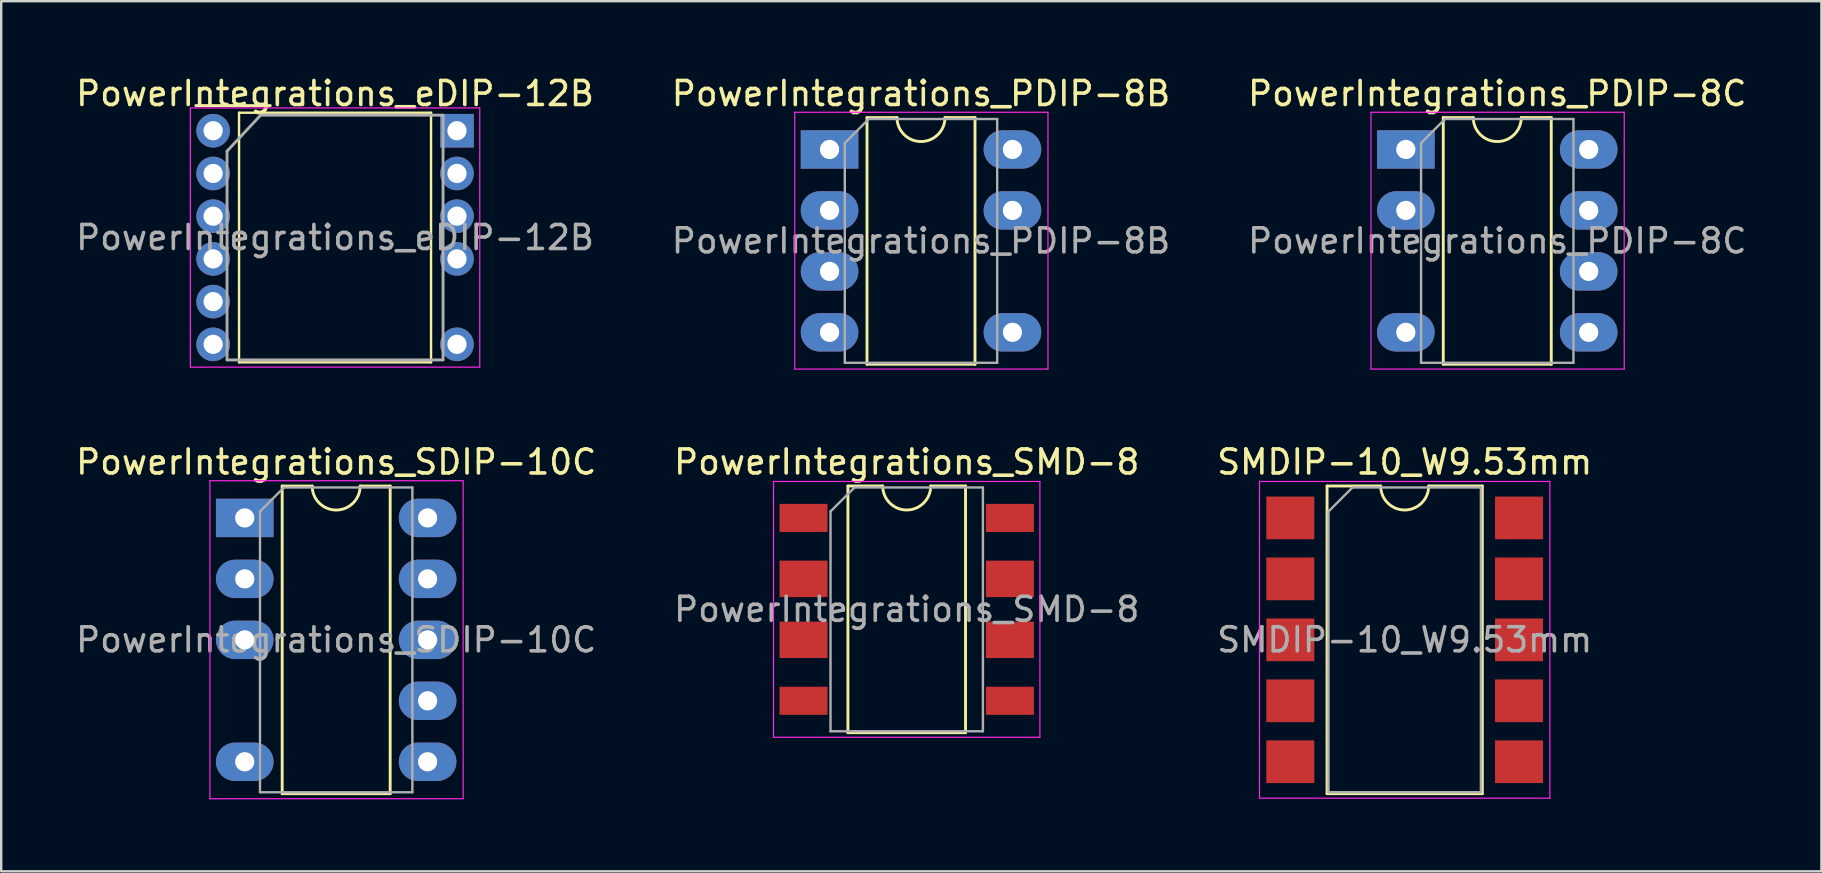
<source format=kicad_pcb>
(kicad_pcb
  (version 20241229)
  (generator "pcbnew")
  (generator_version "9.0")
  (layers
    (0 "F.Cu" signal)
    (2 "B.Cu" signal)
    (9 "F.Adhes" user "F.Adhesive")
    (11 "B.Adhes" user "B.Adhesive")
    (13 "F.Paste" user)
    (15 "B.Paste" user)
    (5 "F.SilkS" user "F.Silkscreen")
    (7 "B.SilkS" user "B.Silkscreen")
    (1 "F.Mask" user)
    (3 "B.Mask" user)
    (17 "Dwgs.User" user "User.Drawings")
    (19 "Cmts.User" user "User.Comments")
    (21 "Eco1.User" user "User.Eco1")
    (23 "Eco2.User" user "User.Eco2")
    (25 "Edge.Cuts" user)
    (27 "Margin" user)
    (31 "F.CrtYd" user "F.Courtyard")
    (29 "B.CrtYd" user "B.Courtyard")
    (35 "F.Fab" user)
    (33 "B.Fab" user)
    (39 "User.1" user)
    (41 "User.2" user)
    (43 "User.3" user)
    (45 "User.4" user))
  (footprint "PowerIntegrations_eDIP-12B"
    (layer "F.Cu")
    (at 15.991 2.398)
    (property "Reference" "PowerIntegrations_eDIP-12B" (at -5.08 -1.55 0) (layer "F.SilkS") (effects (font (size 1 1) (thickness 0.15))))
    (attr through_hole)
    (fp_line (start -10.88 -1.05) (end -7.78 -1.05) (stroke (width 0.12) (type solid)) (layer "F.SilkS"))
    (fp_line (start -9.08 -0.75) (end -9.08 9.65) (stroke (width 0.1) (type solid)) (layer "F.SilkS"))
    (fp_line (start -9.08 9.65) (end -1.08 9.65) (stroke (width 0.1) (type solid)) (layer "F.SilkS"))
    (fp_line (start -1.08 -0.75) (end -9.08 -0.75) (stroke (width 0.1) (type solid)) (layer "F.SilkS"))
    (fp_line (start -1.08 9.65) (end -1.08 -0.75) (stroke (width 0.1) (type solid)) (layer "F.SilkS"))
    (fp_line (start -11.11 -0.95) (end -11.11 9.85) (stroke (width 0.05) (type solid)) (layer "F.CrtYd"))
    (fp_line (start -11.11 -0.95) (end 0.95 -0.95) (stroke (width 0.05) (type solid)) (layer "F.CrtYd"))
    (fp_line (start 0.95 9.85) (end -11.11 9.85) (stroke (width 0.05) (type solid)) (layer "F.CrtYd"))
    (fp_line (start 0.95 9.85) (end 0.95 -0.95) (stroke (width 0.05) (type solid)) (layer "F.CrtYd"))
    (fp_line (start -9.58 0.85) (end -9.58 9.55) (stroke (width 0.12) (type solid)) (layer "F.Fab"))
    (fp_line (start -9.58 9.55) (end -0.58 9.55) (stroke (width 0.12) (type solid)) (layer "F.Fab"))
    (fp_line (start -8.18 -0.65) (end -9.58 0.85) (stroke (width 0.12) (type solid)) (layer "F.Fab"))
    (fp_line (start -0.58 -0.65) (end -8.18 -0.65) (stroke (width 0.12) (type solid)) (layer "F.Fab"))
    (fp_line (start -0.58 9.55) (end -0.58 -0.65) (stroke (width 0.12) (type solid)) (layer "F.Fab"))
    (fp_text user "${REFERENCE}" (at -5.08 4.45 0) (layer "F.Fab") (effects (font (size 1 1) (thickness 0.15))))
    (pad "1" thru_hole rect (at 0 0) (size 1.4 1.4) (drill 0.8) (layers "*.Cu" "*.Mask"))
    (pad "2" thru_hole oval (at 0 1.78) (size 1.4 1.4) (drill 0.8) (layers "*.Cu" "*.Mask"))
    (pad "3" thru_hole oval (at 0 3.56) (size 1.4 1.4) (drill 0.8) (layers "*.Cu" "*.Mask"))
    (pad "4" thru_hole oval (at 0 5.34) (size 1.4 1.4) (drill 0.8) (layers "*.Cu" "*.Mask"))
    (pad "6" thru_hole oval (at 0 8.9) (size 1.4 1.4) (drill 0.8) (layers "*.Cu" "*.Mask"))
    (pad "7" thru_hole oval (at -10.16 8.9) (size 1.4 1.4) (drill 0.8) (layers "*.Cu" "*.Mask"))
    (pad "8" thru_hole oval (at -10.16 7.12) (size 1.4 1.4) (drill 0.8) (layers "*.Cu" "*.Mask"))
    (pad "9" thru_hole oval (at -10.16 5.34) (size 1.4 1.4) (drill 0.8) (layers "*.Cu" "*.Mask"))
    (pad "10" thru_hole oval (at -10.16 3.56) (size 1.4 1.4) (drill 0.8) (layers "*.Cu" "*.Mask"))
    (pad "11" thru_hole oval (at -10.16 1.78) (size 1.4 1.4) (drill 0.8) (layers "*.Cu" "*.Mask"))
    (pad "12" thru_hole circle (at -10.16 0) (size 1.4 1.4) (drill 0.8) (layers "*.Cu" "*.Mask")))
  (footprint "PowerIntegrations_PDIP-8B"
    (layer "F.Cu")
    (at 31.517 3.178)
    (property "Reference" "PowerIntegrations_PDIP-8B" (at 3.81 -2.33 0) (layer "F.SilkS") (effects (font (size 1 1) (thickness 0.15))))
    (attr through_hole)
    (fp_line (start 1.56 -1.33) (end 1.56 8.95) (stroke (width 0.12) (type solid)) (layer "F.SilkS"))
    (fp_line (start 1.56 8.95) (end 6.06 8.95) (stroke (width 0.12) (type solid)) (layer "F.SilkS"))
    (fp_line (start 2.81 -1.33) (end 1.56 -1.33) (stroke (width 0.12) (type solid)) (layer "F.SilkS"))
    (fp_line (start 6.06 -1.33) (end 4.81 -1.33) (stroke (width 0.12) (type solid)) (layer "F.SilkS"))
    (fp_line (start 6.06 8.95) (end 6.06 -1.33) (stroke (width 0.12) (type solid)) (layer "F.SilkS"))
    (fp_arc (start 4.81 -1.33) (mid 3.81 -0.33) (end 2.81 -1.33) (stroke (width 0.12) (type solid)) (layer "F.SilkS"))
    (fp_line (start -1.45 -1.55) (end -1.45 9.15) (stroke (width 0.05) (type solid)) (layer "F.CrtYd"))
    (fp_line (start -1.45 9.15) (end 9.1 9.15) (stroke (width 0.05) (type solid)) (layer "F.CrtYd"))
    (fp_line (start 9.1 -1.55) (end -1.45 -1.55) (stroke (width 0.05) (type solid)) (layer "F.CrtYd"))
    (fp_line (start 9.1 9.15) (end 9.1 -1.55) (stroke (width 0.05) (type solid)) (layer "F.CrtYd"))
    (fp_line (start 0.635 -0.27) (end 1.635 -1.27) (stroke (width 0.1) (type solid)) (layer "F.Fab"))
    (fp_line (start 0.635 8.89) (end 0.635 -0.27) (stroke (width 0.1) (type solid)) (layer "F.Fab"))
    (fp_line (start 1.635 -1.27) (end 6.985 -1.27) (stroke (width 0.1) (type solid)) (layer "F.Fab"))
    (fp_line (start 6.985 -1.27) (end 6.985 8.89) (stroke (width 0.1) (type solid)) (layer "F.Fab"))
    (fp_line (start 6.985 8.89) (end 0.635 8.89) (stroke (width 0.1) (type solid)) (layer "F.Fab"))
    (fp_text user "${REFERENCE}" (at 3.81 3.81 0) (layer "F.Fab") (effects (font (size 1 1) (thickness 0.15))))
    (pad "1" thru_hole rect (at 0 0) (size 2.4 1.6) (drill 0.8) (layers "*.Cu" "*.Mask"))
    (pad "2" thru_hole oval (at 0 2.54) (size 2.4 1.6) (drill 0.8) (layers "*.Cu" "*.Mask"))
    (pad "3" thru_hole oval (at 0 5.08) (size 2.4 1.6) (drill 0.8) (layers "*.Cu" "*.Mask"))
    (pad "4" thru_hole oval (at 0 7.62) (size 2.4 1.6) (drill 0.8) (layers "*.Cu" "*.Mask"))
    (pad "5" thru_hole oval (at 7.62 7.62) (size 2.4 1.6) (drill 0.8) (layers "*.Cu" "*.Mask"))
    (pad "7" thru_hole oval (at 7.62 2.54) (size 2.4 1.6) (drill 0.8) (layers "*.Cu" "*.Mask"))
    (pad "8" thru_hole oval (at 7.62 0) (size 2.4 1.6) (drill 0.8) (layers "*.Cu" "*.Mask")))
  (footprint "SMDIP-10_W9.53mm"
    (layer "F.Cu")
    (at 55.482 23.611)
    (property "Reference" "SMDIP-10_W9.53mm" (at 0 -7.41 0) (layer "F.SilkS") (effects (font (size 1 1) (thickness 0.15))))
    (attr smd)
    (fp_line (start -3.235 -6.41) (end -3.235 6.41) (stroke (width 0.12) (type solid)) (layer "F.SilkS"))
    (fp_line (start -3.235 6.41) (end 3.235 6.41) (stroke (width 0.12) (type solid)) (layer "F.SilkS"))
    (fp_line (start -1 -6.41) (end -3.235 -6.41) (stroke (width 0.12) (type solid)) (layer "F.SilkS"))
    (fp_line (start 3.235 -6.41) (end 1 -6.41) (stroke (width 0.12) (type solid)) (layer "F.SilkS"))
    (fp_line (start 3.235 6.41) (end 3.235 -6.41) (stroke (width 0.12) (type solid)) (layer "F.SilkS"))
    (fp_arc (start 1 -6.41) (mid 0 -5.41) (end -1 -6.41) (stroke (width 0.12) (type solid)) (layer "F.SilkS"))
    (fp_line (start -6.05 -6.6) (end -6.05 6.6) (stroke (width 0.05) (type solid)) (layer "F.CrtYd"))
    (fp_line (start -6.05 6.6) (end 6.05 6.6) (stroke (width 0.05) (type solid)) (layer "F.CrtYd"))
    (fp_line (start 6.05 -6.6) (end -6.05 -6.6) (stroke (width 0.05) (type solid)) (layer "F.CrtYd"))
    (fp_line (start 6.05 6.6) (end 6.05 -6.6) (stroke (width 0.05) (type solid)) (layer "F.CrtYd"))
    (fp_line (start -3.175 -5.35) (end -2.175 -6.35) (stroke (width 0.1) (type solid)) (layer "F.Fab"))
    (fp_line (start -3.175 6.35) (end -3.175 -5.35) (stroke (width 0.1) (type solid)) (layer "F.Fab"))
    (fp_line (start -2.175 -6.35) (end 3.175 -6.35) (stroke (width 0.1) (type solid)) (layer "F.Fab"))
    (fp_line (start 3.175 -6.35) (end 3.175 6.35) (stroke (width 0.1) (type solid)) (layer "F.Fab"))
    (fp_line (start 3.175 6.35) (end -3.175 6.35) (stroke (width 0.1) (type solid)) (layer "F.Fab"))
    (fp_text user "${REFERENCE}" (at 0 0 0) (layer "F.Fab") (effects (font (size 1 1) (thickness 0.15))))
    (pad "1" smd rect (at -4.765 -5.08) (size 2 1.78) (layers "F.Cu" "F.Mask" "F.Paste"))
    (pad "2" smd rect (at -4.765 -2.54) (size 2 1.78) (layers "F.Cu" "F.Mask" "F.Paste"))
    (pad "3" smd rect (at -4.765 0) (size 2 1.78) (layers "F.Cu" "F.Mask" "F.Paste"))
    (pad "4" smd rect (at -4.765 2.54) (size 2 1.78) (layers "F.Cu" "F.Mask" "F.Paste"))
    (pad "5" smd rect (at -4.765 5.08) (size 2 1.78) (layers "F.Cu" "F.Mask" "F.Paste"))
    (pad "6" smd rect (at 4.765 5.08) (size 2 1.78) (layers "F.Cu" "F.Mask" "F.Paste"))
    (pad "7" smd rect (at 4.765 2.54) (size 2 1.78) (layers "F.Cu" "F.Mask" "F.Paste"))
    (pad "8" smd rect (at 4.765 0) (size 2 1.78) (layers "F.Cu" "F.Mask" "F.Paste"))
    (pad "9" smd rect (at 4.765 -2.54) (size 2 1.78) (layers "F.Cu" "F.Mask" "F.Paste"))
    (pad "10" smd rect (at 4.765 -5.08) (size 2 1.78) (layers "F.Cu" "F.Mask" "F.Paste")))
  (footprint "PowerIntegrations_SMD-8"
    (layer "F.Cu")
    (at 34.732 22.341)
    (property "Reference" "PowerIntegrations_SMD-8" (at 0 -6.14 0) (layer "F.SilkS") (effects (font (size 1 1) (thickness 0.15))))
    (attr smd)
    (fp_line (start -2.45 -5.14) (end -2.45 5.14) (stroke (width 0.12) (type solid)) (layer "F.SilkS"))
    (fp_line (start -2.45 5.14) (end 2.45 5.14) (stroke (width 0.12) (type solid)) (layer "F.SilkS"))
    (fp_line (start -1 -5.14) (end -2.45 -5.14) (stroke (width 0.12) (type solid)) (layer "F.SilkS"))
    (fp_line (start 2.45 -5.14) (end 1 -5.14) (stroke (width 0.12) (type solid)) (layer "F.SilkS"))
    (fp_line (start 2.45 5.14) (end 2.45 -5.14) (stroke (width 0.12) (type solid)) (layer "F.SilkS"))
    (fp_arc (start 1 -5.14) (mid 0 -4.14) (end -1 -5.14) (stroke (width 0.12) (type solid)) (layer "F.SilkS"))
    (fp_line (start -5.55 -5.33) (end -5.55 5.33) (stroke (width 0.05) (type solid)) (layer "F.CrtYd"))
    (fp_line (start -5.55 -5.33) (end 5.55 -5.33) (stroke (width 0.05) (type solid)) (layer "F.CrtYd"))
    (fp_line (start 5.55 5.33) (end -5.55 5.33) (stroke (width 0.05) (type solid)) (layer "F.CrtYd"))
    (fp_line (start 5.55 5.33) (end 5.55 -5.33) (stroke (width 0.05) (type solid)) (layer "F.CrtYd"))
    (fp_line (start -3.175 -4.08) (end -2.175 -5.08) (stroke (width 0.1) (type solid)) (layer "F.Fab"))
    (fp_line (start -3.175 5.08) (end -3.175 -4.08) (stroke (width 0.1) (type solid)) (layer "F.Fab"))
    (fp_line (start -2.175 -5.08) (end 3.175 -5.08) (stroke (width 0.1) (type solid)) (layer "F.Fab"))
    (fp_line (start 3.175 -5.08) (end 3.175 5.08) (stroke (width 0.1) (type solid)) (layer "F.Fab"))
    (fp_line (start 3.175 5.08) (end -3.175 5.08) (stroke (width 0.1) (type solid)) (layer "F.Fab"))
    (fp_text user "${REFERENCE}" (at 0 0 0) (layer "F.Fab") (effects (font (size 1 1) (thickness 0.15))))
    (pad "1" smd rect (at -4.3 -3.81) (size 2 1.17) (layers "F.Cu" "F.Mask" "F.Paste"))
    (pad "2" smd rect (at -4.3 -1.27) (size 2 1.52) (layers "F.Cu" "F.Mask" "F.Paste"))
    (pad "3" smd rect (at -4.3 1.27) (size 2 1.52) (layers "F.Cu" "F.Mask" "F.Paste"))
    (pad "4" smd rect (at -4.3 3.81) (size 2 1.17) (layers "F.Cu" "F.Mask" "F.Paste"))
    (pad "5" smd rect (at 4.3 3.81) (size 2 1.17) (layers "F.Cu" "F.Mask" "F.Paste"))
    (pad "6" smd rect (at 4.3 1.27) (size 2 1.52) (layers "F.Cu" "F.Mask" "F.Paste"))
    (pad "7" smd rect (at 4.3 -1.27) (size 2 1.52) (layers "F.Cu" "F.Mask" "F.Paste"))
    (pad "8" smd rect (at 4.3 -3.81) (size 2 1.17) (layers "F.Cu" "F.Mask" "F.Paste")))
  (footprint "PowerIntegrations_PDIP-8C"
    (layer "F.Cu")
    (at 55.529 3.178)
    (property "Reference" "PowerIntegrations_PDIP-8C" (at 3.81 -2.33 0) (layer "F.SilkS") (effects (font (size 1 1) (thickness 0.15))))
    (attr through_hole)
    (fp_line (start 1.56 -1.33) (end 1.56 8.95) (stroke (width 0.12) (type solid)) (layer "F.SilkS"))
    (fp_line (start 1.56 8.95) (end 6.06 8.95) (stroke (width 0.12) (type solid)) (layer "F.SilkS"))
    (fp_line (start 2.81 -1.33) (end 1.56 -1.33) (stroke (width 0.12) (type solid)) (layer "F.SilkS"))
    (fp_line (start 6.06 -1.33) (end 4.81 -1.33) (stroke (width 0.12) (type solid)) (layer "F.SilkS"))
    (fp_line (start 6.06 8.95) (end 6.06 -1.33) (stroke (width 0.12) (type solid)) (layer "F.SilkS"))
    (fp_arc (start 4.81 -1.33) (mid 3.81 -0.33) (end 2.81 -1.33) (stroke (width 0.12) (type solid)) (layer "F.SilkS"))
    (fp_line (start -1.45 -1.55) (end -1.45 9.15) (stroke (width 0.05) (type solid)) (layer "F.CrtYd"))
    (fp_line (start -1.45 9.15) (end 9.1 9.15) (stroke (width 0.05) (type solid)) (layer "F.CrtYd"))
    (fp_line (start 9.1 -1.55) (end -1.45 -1.55) (stroke (width 0.05) (type solid)) (layer "F.CrtYd"))
    (fp_line (start 9.1 9.15) (end 9.1 -1.55) (stroke (width 0.05) (type solid)) (layer "F.CrtYd"))
    (fp_line (start 0.635 -0.27) (end 1.635 -1.27) (stroke (width 0.1) (type solid)) (layer "F.Fab"))
    (fp_line (start 0.635 8.89) (end 0.635 -0.27) (stroke (width 0.1) (type solid)) (layer "F.Fab"))
    (fp_line (start 1.635 -1.27) (end 6.985 -1.27) (stroke (width 0.1) (type solid)) (layer "F.Fab"))
    (fp_line (start 6.985 -1.27) (end 6.985 8.89) (stroke (width 0.1) (type solid)) (layer "F.Fab"))
    (fp_line (start 6.985 8.89) (end 0.635 8.89) (stroke (width 0.1) (type solid)) (layer "F.Fab"))
    (fp_text user "${REFERENCE}" (at 3.81 3.81 0) (layer "F.Fab") (effects (font (size 1 1) (thickness 0.15))))
    (pad "1" thru_hole rect (at 0 0) (size 2.4 1.6) (drill 0.8) (layers "*.Cu" "*.Mask"))
    (pad "2" thru_hole oval (at 0 2.54) (size 2.4 1.6) (drill 0.8) (layers "*.Cu" "*.Mask"))
    (pad "4" thru_hole oval (at 0 7.62) (size 2.4 1.6) (drill 0.8) (layers "*.Cu" "*.Mask"))
    (pad "5" thru_hole oval (at 7.62 7.62) (size 2.4 1.6) (drill 0.8) (layers "*.Cu" "*.Mask"))
    (pad "6" thru_hole oval (at 7.62 5.08) (size 2.4 1.6) (drill 0.8) (layers "*.Cu" "*.Mask"))
    (pad "7" thru_hole oval (at 7.62 2.54) (size 2.4 1.6) (drill 0.8) (layers "*.Cu" "*.Mask"))
    (pad "8" thru_hole oval (at 7.62 0) (size 2.4 1.6) (drill 0.8) (layers "*.Cu" "*.Mask")))
  (footprint "PowerIntegrations_SDIP-10C"
    (layer "F.Cu")
    (at 7.148 18.532)
    (property "Reference" "PowerIntegrations_SDIP-10C" (at 3.81 -2.33 0) (layer "F.SilkS") (effects (font (size 1 1) (thickness 0.15))))
    (attr through_hole)
    (fp_line (start 1.56 -1.33) (end 1.56 11.49) (stroke (width 0.12) (type solid)) (layer "F.SilkS"))
    (fp_line (start 1.56 11.49) (end 6.06 11.49) (stroke (width 0.12) (type solid)) (layer "F.SilkS"))
    (fp_line (start 2.81 -1.33) (end 1.56 -1.33) (stroke (width 0.12) (type solid)) (layer "F.SilkS"))
    (fp_line (start 6.06 -1.33) (end 4.81 -1.33) (stroke (width 0.12) (type solid)) (layer "F.SilkS"))
    (fp_line (start 6.06 11.49) (end 6.06 -1.33) (stroke (width 0.12) (type solid)) (layer "F.SilkS"))
    (fp_arc (start 4.81 -1.33) (mid 3.81 -0.33) (end 2.81 -1.33) (stroke (width 0.12) (type solid)) (layer "F.SilkS"))
    (fp_line (start -1.45 -1.55) (end -1.45 11.7) (stroke (width 0.05) (type solid)) (layer "F.CrtYd"))
    (fp_line (start -1.45 11.7) (end 9.1 11.7) (stroke (width 0.05) (type solid)) (layer "F.CrtYd"))
    (fp_line (start 9.1 -1.55) (end -1.45 -1.55) (stroke (width 0.05) (type solid)) (layer "F.CrtYd"))
    (fp_line (start 9.1 11.7) (end 9.1 -1.55) (stroke (width 0.05) (type solid)) (layer "F.CrtYd"))
    (fp_line (start 0.635 -0.27) (end 1.635 -1.27) (stroke (width 0.1) (type solid)) (layer "F.Fab"))
    (fp_line (start 0.635 11.43) (end 0.635 -0.27) (stroke (width 0.1) (type solid)) (layer "F.Fab"))
    (fp_line (start 1.635 -1.27) (end 6.985 -1.27) (stroke (width 0.1) (type solid)) (layer "F.Fab"))
    (fp_line (start 6.985 -1.27) (end 6.985 11.43) (stroke (width 0.1) (type solid)) (layer "F.Fab"))
    (fp_line (start 6.985 11.43) (end 0.635 11.43) (stroke (width 0.1) (type solid)) (layer "F.Fab"))
    (fp_text user "${REFERENCE}" (at 3.81 5.08 0) (layer "F.Fab") (effects (font (size 1 1) (thickness 0.15))))
    (pad "1" thru_hole rect (at 0 0) (size 2.4 1.6) (drill 0.8) (layers "*.Cu" "*.Mask"))
    (pad "2" thru_hole oval (at 0 2.54) (size 2.4 1.6) (drill 0.8) (layers "*.Cu" "*.Mask"))
    (pad "3" thru_hole oval (at 0 5.08) (size 2.4 1.6) (drill 0.8) (layers "*.Cu" "*.Mask"))
    (pad "5" thru_hole oval (at 0 10.16) (size 2.4 1.6) (drill 0.8) (layers "*.Cu" "*.Mask"))
    (pad "6" thru_hole oval (at 7.62 10.16) (size 2.4 1.6) (drill 0.8) (layers "*.Cu" "*.Mask"))
    (pad "7" thru_hole oval (at 7.62 7.62) (size 2.4 1.6) (drill 0.8) (layers "*.Cu" "*.Mask"))
    (pad "8" thru_hole oval (at 7.62 5.08) (size 2.4 1.6) (drill 0.8) (layers "*.Cu" "*.Mask"))
    (pad "9" thru_hole oval (at 7.62 2.54) (size 2.4 1.6) (drill 0.8) (layers "*.Cu" "*.Mask"))
    (pad "10" thru_hole oval (at 7.62 0) (size 2.4 1.6) (drill 0.8) (layers "*.Cu" "*.Mask")))
  (gr_rect
    (start -3 -3)
    (end 72.845 33.257)
    (stroke (width 0.1) (type default))
    (fill no)
    (layer "Edge.Cuts")))
</source>
